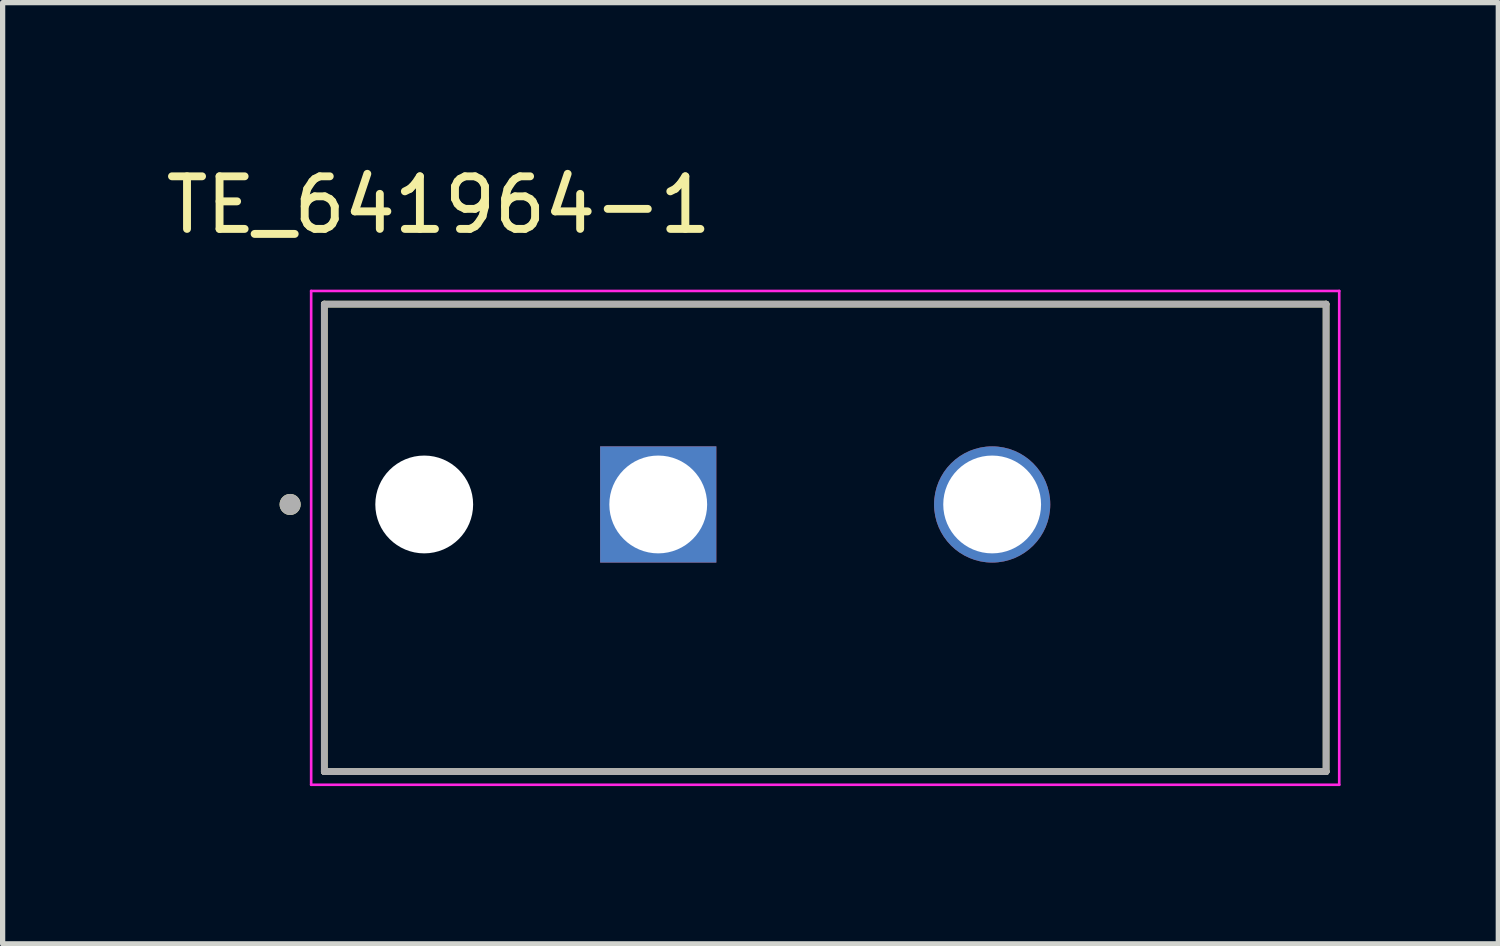
<source format=kicad_pcb>
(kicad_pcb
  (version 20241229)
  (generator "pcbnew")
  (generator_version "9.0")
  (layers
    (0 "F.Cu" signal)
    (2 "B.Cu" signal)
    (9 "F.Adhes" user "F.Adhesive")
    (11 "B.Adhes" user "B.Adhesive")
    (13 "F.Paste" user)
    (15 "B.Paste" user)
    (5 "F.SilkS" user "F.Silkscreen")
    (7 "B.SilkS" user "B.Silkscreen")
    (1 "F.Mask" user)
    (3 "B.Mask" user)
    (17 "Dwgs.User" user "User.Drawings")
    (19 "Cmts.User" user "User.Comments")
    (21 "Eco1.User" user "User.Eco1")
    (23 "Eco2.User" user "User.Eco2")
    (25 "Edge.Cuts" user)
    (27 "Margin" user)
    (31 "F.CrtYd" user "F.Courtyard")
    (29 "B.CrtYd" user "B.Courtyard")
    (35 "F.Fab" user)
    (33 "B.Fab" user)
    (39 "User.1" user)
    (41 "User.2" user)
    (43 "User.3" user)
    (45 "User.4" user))
  (footprint "TE_641964-1"
    (layer "F.Cu")
    (at 9.467 6.543)
    (property "Reference" "TE_641964-1" (at -4.175 -5.695 0) (layer "F.SilkS") (effects (font (size 1 1) (thickness 0.15))))
    (attr through_hole)
    (fp_line (start -6.35 5.08) (end -6.35 -3.81) (stroke (width 0.127) (type solid)) (layer "F.SilkS"))
    (fp_line (start 12.7 -3.81) (end -6.35 -3.81) (stroke (width 0.127) (type solid)) (layer "F.SilkS"))
    (fp_line (start 12.7 -3.81) (end 12.7 5.08) (stroke (width 0.127) (type solid)) (layer "F.SilkS"))
    (fp_line (start 12.7 5.08) (end -6.35 5.08) (stroke (width 0.127) (type solid)) (layer "F.SilkS"))
    (fp_circle (center -7 0) (end -6.9 0) (stroke (width 0.2) (type solid)) (fill no) (layer "F.SilkS"))
    (fp_line (start -6.6 -4.06) (end 12.95 -4.06) (stroke (width 0.05) (type solid)) (layer "F.CrtYd"))
    (fp_line (start -6.6 5.33) (end -6.6 -4.06) (stroke (width 0.05) (type solid)) (layer "F.CrtYd"))
    (fp_line (start 12.95 -4.06) (end 12.95 5.33) (stroke (width 0.05) (type solid)) (layer "F.CrtYd"))
    (fp_line (start 12.95 5.33) (end -6.6 5.33) (stroke (width 0.05) (type solid)) (layer "F.CrtYd"))
    (fp_line (start -6.35 -3.81) (end 12.7 -3.81) (stroke (width 0.127) (type solid)) (layer "F.Fab"))
    (fp_line (start -6.35 5.08) (end -6.35 -3.81) (stroke (width 0.127) (type solid)) (layer "F.Fab"))
    (fp_line (start -6.35 5.08) (end -6.35 5.08) (stroke (width 0.127) (type solid)) (layer "F.Fab"))
    (fp_line (start -6.35 5.08) (end 12.7 5.08) (stroke (width 0.127) (type solid)) (layer "F.Fab"))
    (fp_line (start 12.7 -3.81) (end 12.7 5.08) (stroke (width 0.127) (type solid)) (layer "F.Fab"))
    (fp_line (start 12.7 5.08) (end -6.35 5.08) (stroke (width 0.127) (type solid)) (layer "F.Fab"))
    (fp_line (start 12.7 5.08) (end 12.7 5.08) (stroke (width 0.127) (type solid)) (layer "F.Fab"))
    (fp_circle (center -7 0) (end -6.9 0) (stroke (width 0.2) (type solid)) (fill no) (layer "F.Fab"))
    (pad "" np_thru_hole circle (at -4.45 0) (size 1.86 1.86) (drill 1.86) (layers "*.Cu" "*.Mask"))
    (pad "1" thru_hole rect (at 0 0) (size 2.21 2.21) (drill 1.86) (layers "*.Cu" "*.Mask"))
    (pad "2" thru_hole circle (at 6.35 0) (size 2.21 2.21) (drill 1.86) (layers "*.Cu" "*.Mask")))
  (gr_rect
    (start -3 -3)
    (end 25.442 14.898)
    (stroke (width 0.1) (type default))
    (fill no)
    (layer "Edge.Cuts")))
</source>
